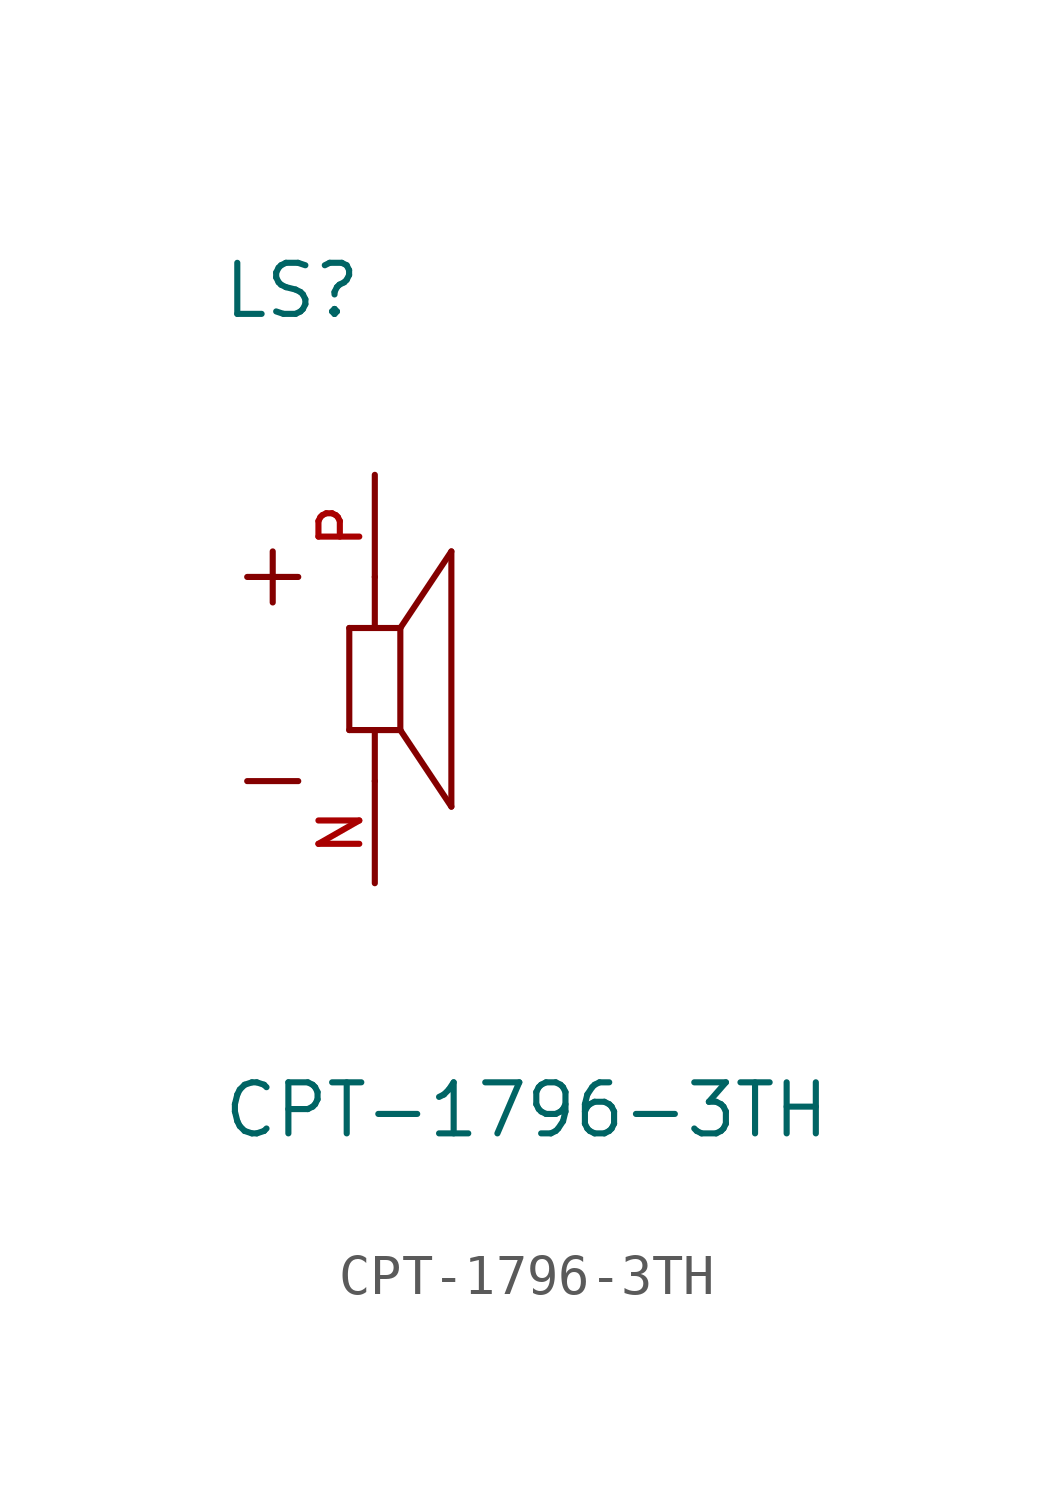
<source format=kicad_sym>
(kicad_symbol_lib
  (version 20211014)
  (generator kicad_symbol_editor)
  (symbol "CPT-1796-3TH"
    (pin_names
      (offset 1.016))
    (property "Reference" "LS"
      (at -3.824 8.922 0)
      (effects (font (size 1.27 1.27)) (justify bottom left)))
    (property "Value" "CPT-1796-3TH"
      (at -3.823 -11.468 0)
      (effects (font (size 1.27 1.27)) (justify bottom left)))
    (symbol "CPT-1796-3TH_0_0"
      (polyline (pts (xy -0.635 1.27) (xy 0.0 1.27)) (stroke (width 0.152)))
      (polyline (pts (xy 0.0 1.27) (xy 0.635 1.27)) (stroke (width 0.152)))
      (polyline (pts (xy 0.635 1.27) (xy 0.635 -1.27)) (stroke (width 0.152)))
      (polyline (pts (xy 0.635 -1.27) (xy 0.0 -1.27)) (stroke (width 0.152)))
      (polyline (pts (xy 0.0 -1.27) (xy -0.635 -1.27)) (stroke (width 0.152)))
      (polyline (pts (xy -0.635 -1.27) (xy -0.635 1.27)) (stroke (width 0.152)))
      (polyline (pts (xy 0.635 1.27) (xy 1.905 3.175)) (stroke (width 0.152)))
      (polyline (pts (xy 1.905 3.175) (xy 1.905 -3.175)) (stroke (width 0.152)))
      (polyline (pts (xy 1.905 -3.175) (xy 0.635 -1.27)) (stroke (width 0.152)))
      (polyline (pts (xy 0.0 1.27) (xy 0.0 2.54)) (stroke (width 0.152)))
      (polyline (pts (xy 0.0 -1.27) (xy 0.0 -2.54)) (stroke (width 0.152)))
      (polyline (pts (xy -2.54 3.175) (xy -2.54 1.905)) (stroke (width 0.152)))
      (polyline (pts (xy -3.175 2.54) (xy -1.905 2.54)) (stroke (width 0.152)))
      (polyline (pts (xy -3.175 -2.54) (xy -1.905 -2.54)) (stroke (width 0.152)))
      (pin passive line (at 0.0 5.08 270.0) (length 2.54) (name "~" (effects (font (size 1.016 1.016)))) (number "P" (effects (font (size 1.016 1.016)))))
      (pin passive line (at 0.0 -5.08 90.0) (length 2.54) (name "~" (effects (font (size 1.016 1.016)))) (number "N" (effects (font (size 1.016 1.016))))))))
</source>
